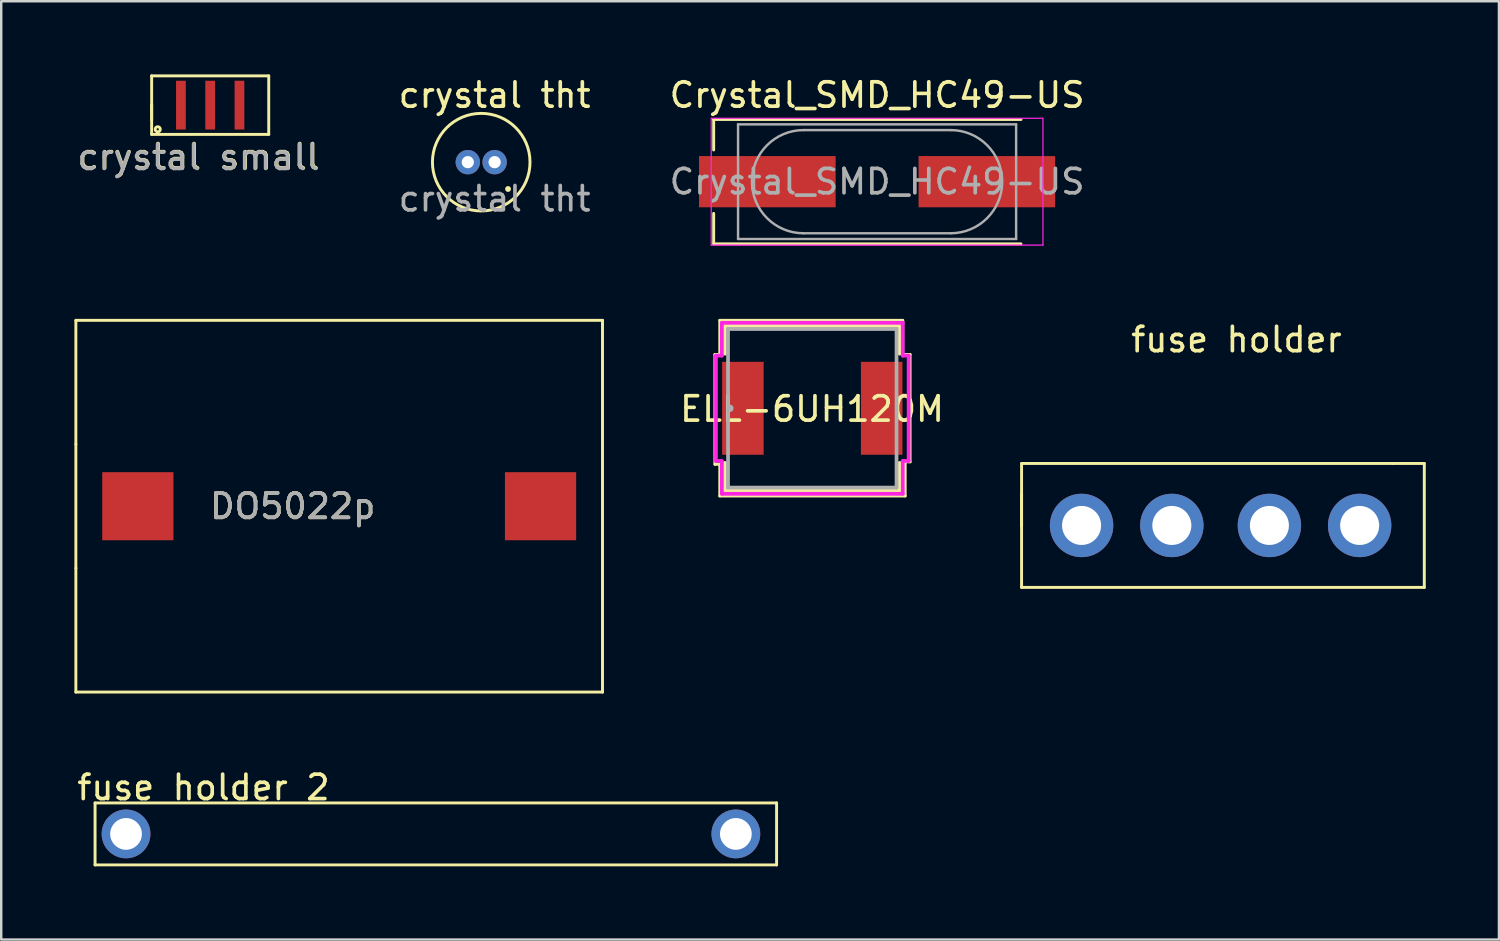
<source format=kicad_pcb>
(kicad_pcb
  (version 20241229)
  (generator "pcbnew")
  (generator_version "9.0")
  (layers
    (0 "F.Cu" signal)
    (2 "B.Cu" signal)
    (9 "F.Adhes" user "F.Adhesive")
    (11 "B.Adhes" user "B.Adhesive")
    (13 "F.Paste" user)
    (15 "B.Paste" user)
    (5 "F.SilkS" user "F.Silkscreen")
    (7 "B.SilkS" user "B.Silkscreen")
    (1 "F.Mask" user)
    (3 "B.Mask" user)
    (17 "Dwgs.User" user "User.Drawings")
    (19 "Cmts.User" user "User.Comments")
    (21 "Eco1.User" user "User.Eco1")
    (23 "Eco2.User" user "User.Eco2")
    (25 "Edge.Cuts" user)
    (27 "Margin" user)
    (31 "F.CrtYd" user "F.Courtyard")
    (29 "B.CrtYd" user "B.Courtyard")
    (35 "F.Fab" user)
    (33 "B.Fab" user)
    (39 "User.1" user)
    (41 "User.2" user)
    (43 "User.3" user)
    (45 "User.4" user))
  (footprint "fuse holder"
    (layer "F.Cu")
    (at 41.29 18.491)
    (property "Reference" "fuse holder" (at 6.35 -7.62 0) (layer "F.SilkS") (effects (font (size 1 1) (thickness 0.15))))
    (attr through_hole)
    (fp_line (start -2.46 -2.54) (end 12.78 -2.54) (stroke (width 0.12) (type solid)) (layer "F.SilkS"))
    (fp_line (start -2.46 -1.27) (end -2.46 -2.54) (stroke (width 0.12) (type solid)) (layer "F.SilkS"))
    (fp_line (start -2.46 0) (end -2.46 -1.27) (stroke (width 0.12) (type solid)) (layer "F.SilkS"))
    (fp_line (start -2.46 0) (end -2.46 -1.27) (stroke (width 0.12) (type solid)) (layer "F.SilkS"))
    (fp_line (start -2.46 2.54) (end -2.46 0) (stroke (width 0.12) (type solid)) (layer "F.SilkS"))
    (fp_line (start 12.78 -2.54) (end 14.05 -2.54) (stroke (width 0.12) (type solid)) (layer "F.SilkS"))
    (fp_line (start 14.05 -2.54) (end 14.05 2.54) (stroke (width 0.12) (type solid)) (layer "F.SilkS"))
    (fp_line (start 14.05 2.54) (end -2.46 2.54) (stroke (width 0.12) (type solid)) (layer "F.SilkS"))
    (pad "1" thru_hole circle (at 0 0) (size 2.6 2.6) (drill 1.6) (layers "*.Cu" "*.Mask"))
    (pad "1" thru_hole circle (at 3.7 0) (size 2.6 2.6) (drill 1.6) (layers "*.Cu" "*.Mask"))
    (pad "2" thru_hole circle (at 7.7 0) (size 2.6 2.6) (drill 1.6) (layers "*.Cu" "*.Mask"))
    (pad "2" thru_hole circle (at 11.4 0) (size 2.6 2.6) (drill 1.6) (layers "*.Cu" "*.Mask")))
  (footprint "crystal tht"
    (layer "F.Cu")
    (at 16.128 3.598)
    (property "Reference" "crystal tht" (at 1.1 -2.75 0) (unlocked yes) (layer "F.SilkS") (effects (font (size 1 1) (thickness 0.15))))
    (fp_circle (center 0.55 0) (end 2.55 0) (stroke (width 0.12) (type solid)) (fill no) (layer "F.SilkS"))
    (fp_circle (center 1.65 1.1) (end 1.65 1.1) (stroke (width 0.12) (type solid)) (fill no) (layer "F.SilkS"))
    (fp_text user "${REFERENCE}" (at 1.1 1.5 0) (unlocked yes) (layer "F.Fab") (effects (font (size 1 1) (thickness 0.15))))
    (pad "1" thru_hole circle (at 0 0) (size 1 1) (drill 0.5) (layers "*.Cu" "*.Mask"))
    (pad "2" thru_hole circle (at 1.1 0) (size 1 1) (drill 0.5) (layers "*.Cu" "*.Mask")))
  (footprint "crystal small"
    (layer "F.Cu")
    (at 4.367 1.26)
    (property "Reference" "crystal small" (at 0.73 2.12 0) (unlocked yes) (layer "F.SilkS") (effects (font (size 1 1) (thickness 0.15))))
    (fp_line (start -1.2 -1.2) (end 3.6 -1.2) (stroke (width 0.12) (type solid)) (layer "F.SilkS"))
    (fp_line (start -1.2 0) (end -1.2 -1.2) (stroke (width 0.12) (type solid)) (layer "F.SilkS"))
    (fp_line (start -1.2 0) (end -1.2 0.6) (stroke (width 0.12) (type solid)) (layer "F.SilkS"))
    (fp_line (start -1.2 1.2) (end -1.2 0) (stroke (width 0.12) (type solid)) (layer "F.SilkS"))
    (fp_line (start 3.6 -1.2) (end 3.6 1.2) (stroke (width 0.12) (type solid)) (layer "F.SilkS"))
    (fp_line (start 3.6 1.2) (end -1.2 1.2) (stroke (width 0.12) (type solid)) (layer "F.SilkS"))
    (fp_circle (center -0.95 0.99) (end -0.93 1.03) (stroke (width 0.12) (type solid)) (fill no) (layer "F.SilkS"))
    (fp_text user "${REFERENCE}" (at 0.71 2.14 0) (unlocked yes) (layer "F.Fab") (effects (font (size 1 1) (thickness 0.15))))
    (pad "1" smd rect (at 0 0) (size 0.4 2) (layers "F.Cu" "F.Mask" "F.Paste"))
    (pad "2" smd rect (at 1.2 0) (size 0.4 2) (layers "F.Cu" "F.Mask" "F.Paste"))
    (pad "3" smd rect (at 2.4 0) (size 0.4 2) (layers "F.Cu" "F.Mask" "F.Paste")))
  (footprint "fuse holder 2"
    (layer "F.Cu")
    (at 2.117 31.137)
    (property "Reference" "fuse holder 2" (at 3.175 -1.905 0) (layer "F.SilkS") (effects (font (size 1 1) (thickness 0.15))))
    (attr through_hole)
    (fp_line (start -1.27 -1.27) (end 26.67 -1.27) (stroke (width 0.12) (type solid)) (layer "F.SilkS"))
    (fp_line (start -1.27 1.27) (end -1.27 -1.27) (stroke (width 0.12) (type solid)) (layer "F.SilkS"))
    (fp_line (start 26.67 -1.27) (end 26.67 1.27) (stroke (width 0.12) (type solid)) (layer "F.SilkS"))
    (fp_line (start 26.67 1.27) (end -1.27 1.27) (stroke (width 0.12) (type solid)) (layer "F.SilkS"))
    (pad "1" thru_hole circle (at 0 0) (size 2 2) (drill 1.3) (layers "*.Cu" "*.Mask"))
    (pad "2" thru_hole circle (at 25 0) (size 2 2) (drill 1.3) (layers "*.Cu" "*.Mask")))
  (footprint "ELL-6UH120M"
    (layer "F.Cu")
    (at 30.25 13.688)
    (property "Reference" "ELL-6UH120M" (at -0.01 0.03 0) (layer "F.SilkS") (effects (font (size 1 1) (thickness 0.15))))
    (fp_line (start -3.992 -2.205) (end -3.792 -2.205) (stroke (width 0.12) (type solid)) (layer "F.SilkS"))
    (fp_line (start -3.992 2.295) (end -3.992 -2.205) (stroke (width 0.12) (type solid)) (layer "F.SilkS"))
    (fp_line (start -3.792 -3.605) (end 3.708 -3.605) (stroke (width 0.12) (type solid)) (layer "F.SilkS"))
    (fp_line (start -3.792 -2.205) (end -3.792 -3.605) (stroke (width 0.12) (type solid)) (layer "F.SilkS"))
    (fp_line (start -3.792 2.295) (end -3.992 2.295) (stroke (width 0.12) (type solid)) (layer "F.SilkS"))
    (fp_line (start -3.792 3.595) (end -3.792 2.295) (stroke (width 0.12) (type solid)) (layer "F.SilkS"))
    (fp_line (start -3.581 -3.378) (end -3.581 -2.238) (stroke (width 0.152) (type solid)) (layer "F.SilkS"))
    (fp_line (start -3.581 2.238) (end -3.581 3.378) (stroke (width 0.152) (type solid)) (layer "F.SilkS"))
    (fp_line (start -3.581 3.378) (end 3.581 3.378) (stroke (width 0.152) (type solid)) (layer "F.SilkS"))
    (fp_line (start 3.581 -3.378) (end -3.581 -3.378) (stroke (width 0.152) (type solid)) (layer "F.SilkS"))
    (fp_line (start 3.581 -2.238) (end 3.581 -3.378) (stroke (width 0.152) (type solid)) (layer "F.SilkS"))
    (fp_line (start 3.581 3.378) (end 3.581 2.238) (stroke (width 0.152) (type solid)) (layer "F.SilkS"))
    (fp_line (start 3.708 -3.605) (end 3.708 -3.505) (stroke (width 0.12) (type solid)) (layer "F.SilkS"))
    (fp_line (start 3.708 -3.505) (end 3.708 -2.205) (stroke (width 0.12) (type solid)) (layer "F.SilkS"))
    (fp_line (start 3.708 -2.205) (end 4.008 -2.205) (stroke (width 0.12) (type solid)) (layer "F.SilkS"))
    (fp_line (start 3.808 2.195) (end 3.808 3.595) (stroke (width 0.12) (type solid)) (layer "F.SilkS"))
    (fp_line (start 3.808 3.595) (end -3.792 3.595) (stroke (width 0.12) (type solid)) (layer "F.SilkS"))
    (fp_line (start 4.008 -2.205) (end 4.008 2.195) (stroke (width 0.12) (type solid)) (layer "F.SilkS"))
    (fp_line (start 4.008 2.195) (end 3.808 2.195) (stroke (width 0.12) (type solid)) (layer "F.SilkS"))
    (fp_line (start -3.95 -2.159) (end -3.708 -2.159) (stroke (width 0.152) (type solid)) (layer "F.CrtYd"))
    (fp_line (start -3.95 2.159) (end -3.95 -2.159) (stroke (width 0.152) (type solid)) (layer "F.CrtYd"))
    (fp_line (start -3.708 -3.505) (end 3.708 -3.505) (stroke (width 0.152) (type solid)) (layer "F.CrtYd"))
    (fp_line (start -3.708 -2.159) (end -3.708 -3.505) (stroke (width 0.152) (type solid)) (layer "F.CrtYd"))
    (fp_line (start -3.708 2.159) (end -3.95 2.159) (stroke (width 0.152) (type solid)) (layer "F.CrtYd"))
    (fp_line (start -3.708 3.505) (end -3.708 2.159) (stroke (width 0.152) (type solid)) (layer "F.CrtYd"))
    (fp_line (start 3.708 -3.505) (end 3.708 -2.159) (stroke (width 0.152) (type solid)) (layer "F.CrtYd"))
    (fp_line (start 3.708 -2.159) (end 3.95 -2.159) (stroke (width 0.152) (type solid)) (layer "F.CrtYd"))
    (fp_line (start 3.708 2.159) (end 3.708 3.505) (stroke (width 0.152) (type solid)) (layer "F.CrtYd"))
    (fp_line (start 3.708 3.505) (end -3.708 3.505) (stroke (width 0.152) (type solid)) (layer "F.CrtYd"))
    (fp_line (start 3.95 -2.159) (end 3.95 2.159) (stroke (width 0.152) (type solid)) (layer "F.CrtYd"))
    (fp_line (start 3.95 2.159) (end 3.708 2.159) (stroke (width 0.152) (type solid)) (layer "F.CrtYd"))
    (fp_line (start -3.454 -3.251) (end -3.454 3.251) (stroke (width 0.152) (type solid)) (layer "F.Fab"))
    (fp_line (start -3.454 3.251) (end 3.454 3.251) (stroke (width 0.152) (type solid)) (layer "F.Fab"))
    (fp_line (start 3.454 -3.251) (end -3.454 -3.251) (stroke (width 0.152) (type solid)) (layer "F.Fab"))
    (fp_line (start 3.454 3.251) (end 3.454 -3.251) (stroke (width 0.152) (type solid)) (layer "F.Fab"))
    (fp_circle (center -3.378 0) (end -3.378 0) (stroke (width 0.152) (type solid)) (fill no) (layer "F.Fab"))
    (pad "1" smd rect (at -2.845 0) (size 1.702 3.81) (layers "F.Cu" "F.Mask" "F.Paste"))
    (pad "2" smd rect (at 2.845 0) (size 1.702 3.81) (layers "F.Cu" "F.Mask" "F.Paste")))
  (footprint "DO5022p"
    (layer "F.Cu")
    (at 2.6 17.703)
    (property "Reference" "DO5022p" (at 6.35 0 0) (unlocked yes) (layer "F.SilkS") (effects (font (size 1 1) (thickness 0.15))))
    (fp_line (start -2.54 -7.62) (end -2.54 -2.54) (stroke (width 0.12) (type solid)) (layer "F.SilkS"))
    (fp_line (start -2.54 -2.54) (end -2.54 2.54) (stroke (width 0.12) (type solid)) (layer "F.SilkS"))
    (fp_line (start -2.54 2.54) (end -2.54 7.62) (stroke (width 0.12) (type solid)) (layer "F.SilkS"))
    (fp_line (start -2.54 7.62) (end 19.05 7.62) (stroke (width 0.12) (type solid)) (layer "F.SilkS"))
    (fp_line (start 19.05 -7.62) (end -2.54 -7.62) (stroke (width 0.12) (type solid)) (layer "F.SilkS"))
    (fp_line (start 19.05 7.62) (end 19.05 -7.62) (stroke (width 0.12) (type solid)) (layer "F.SilkS"))
    (fp_text user "${REFERENCE}" (at 6.35 0 0) (unlocked yes) (layer "F.Fab") (effects (font (size 1 1) (thickness 0.15))))
    (pad "1" smd rect (at 0 0) (size 2.92 2.79) (layers "F.Cu" "F.Mask" "F.Paste"))
    (pad "2" smd rect (at 16.51 0) (size 2.92 2.79) (layers "F.Cu" "F.Mask" "F.Paste")))
  (footprint "Crystal_SMD_HC49-US"
    (layer "F.Cu")
    (at 32.907 4.398)
    (property "Reference" "Crystal_SMD_HC49-US" (at 0 -3.55 0) (layer "F.SilkS") (effects (font (size 1 1) (thickness 0.15))))
    (attr smd)
    (fp_line (start -6.7 -2.55) (end -6.7 -1.3) (stroke (width 0.12) (type solid)) (layer "F.SilkS"))
    (fp_line (start -6.7 1.3) (end -6.7 2.55) (stroke (width 0.12) (type solid)) (layer "F.SilkS"))
    (fp_line (start -6.7 2.55) (end 5.9 2.55) (stroke (width 0.12) (type solid)) (layer "F.SilkS"))
    (fp_line (start 5.9 -2.55) (end -6.7 -2.55) (stroke (width 0.12) (type solid)) (layer "F.SilkS"))
    (fp_line (start -6.8 -2.6) (end -6.8 2.6) (stroke (width 0.05) (type solid)) (layer "F.CrtYd"))
    (fp_line (start -6.8 2.6) (end 6.8 2.6) (stroke (width 0.05) (type solid)) (layer "F.CrtYd"))
    (fp_line (start 6.8 -2.6) (end -6.8 -2.6) (stroke (width 0.05) (type solid)) (layer "F.CrtYd"))
    (fp_line (start 6.8 2.6) (end 6.8 -2.6) (stroke (width 0.05) (type solid)) (layer "F.CrtYd"))
    (fp_line (start -5.7 -2.35) (end -5.7 2.35) (stroke (width 0.1) (type solid)) (layer "F.Fab"))
    (fp_line (start -5.7 2.35) (end 5.7 2.35) (stroke (width 0.1) (type solid)) (layer "F.Fab"))
    (fp_line (start -3.015 -2.115) (end 3.015 -2.115) (stroke (width 0.1) (type solid)) (layer "F.Fab"))
    (fp_line (start -3.015 2.115) (end 3.015 2.115) (stroke (width 0.1) (type solid)) (layer "F.Fab"))
    (fp_line (start 5.7 -2.35) (end -5.7 -2.35) (stroke (width 0.1) (type solid)) (layer "F.Fab"))
    (fp_line (start 5.7 2.35) (end 5.7 -2.35) (stroke (width 0.1) (type solid)) (layer "F.Fab"))
    (fp_arc (start -3.015 2.115) (mid -5.13 0) (end -3.015 -2.115) (stroke (width 0.1) (type solid)) (layer "F.Fab"))
    (fp_arc (start 3.015 -2.115) (mid 5.13 0) (end 3.015 2.115) (stroke (width 0.1) (type solid)) (layer "F.Fab"))
    (fp_text user "${REFERENCE}" (at 0 0 0) (layer "F.Fab") (effects (font (size 1 1) (thickness 0.15))))
    (pad "1" smd rect (at -4.5 0) (size 5.6 2.1) (layers "F.Cu" "F.Mask" "F.Paste"))
    (pad "2" smd rect (at 4.5 0) (size 5.6 2.1) (layers "F.Cu" "F.Mask" "F.Paste")))
  (gr_rect
    (start -3 -3)
    (end 58.4 35.467)
    (stroke (width 0.1) (type default))
    (fill no)
    (layer "Edge.Cuts")))
</source>
